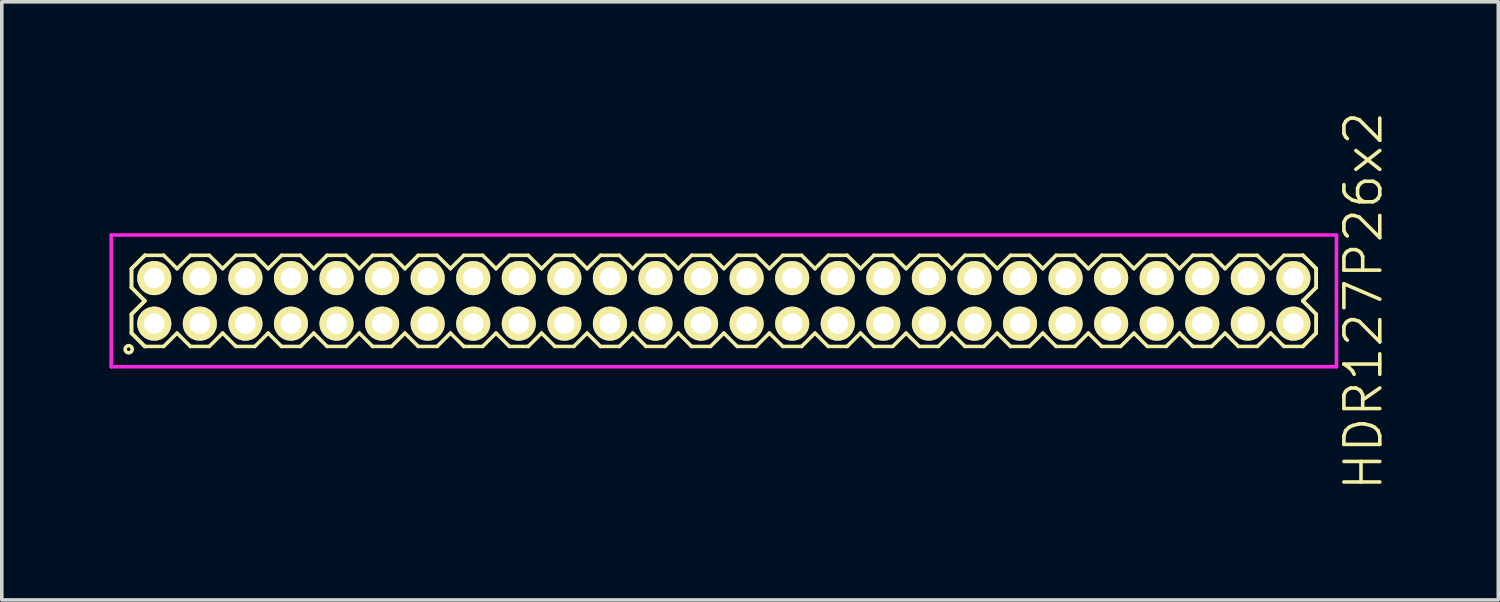
<source format=kicad_pcb>
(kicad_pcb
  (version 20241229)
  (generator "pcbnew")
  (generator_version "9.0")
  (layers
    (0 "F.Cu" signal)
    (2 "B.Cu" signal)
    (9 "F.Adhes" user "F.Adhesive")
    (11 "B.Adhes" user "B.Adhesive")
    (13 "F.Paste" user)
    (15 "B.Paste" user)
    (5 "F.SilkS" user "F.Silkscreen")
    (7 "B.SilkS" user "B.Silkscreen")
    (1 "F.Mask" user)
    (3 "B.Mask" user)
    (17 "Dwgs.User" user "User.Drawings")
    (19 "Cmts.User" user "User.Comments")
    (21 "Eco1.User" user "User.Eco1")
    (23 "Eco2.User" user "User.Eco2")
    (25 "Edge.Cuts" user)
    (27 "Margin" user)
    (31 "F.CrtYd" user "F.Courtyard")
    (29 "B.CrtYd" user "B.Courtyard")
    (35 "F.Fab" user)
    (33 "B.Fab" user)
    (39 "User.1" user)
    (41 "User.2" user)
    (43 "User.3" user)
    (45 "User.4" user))
  (footprint "HDR127P26x2"
    (layer "F.Cu")
    (at 17.125 5.336)
    (property "Reference" "HDR127P26x2" (at 17.825 0 90) (layer "F.SilkS") (effects (font (size 1 1) (thickness 0.1))))
    (attr through_hole)
    (fp_line (start -16.51 -0.898) (end -16.138 -1.27) (stroke (width 0.1) (type solid)) (layer "F.SilkS"))
    (fp_line (start -16.51 -0.898) (end -16.138 -1.27) (stroke (width 0.1) (type solid)) (layer "F.SilkS"))
    (fp_line (start -16.51 -0.372) (end -16.51 -0.898) (stroke (width 0.1) (type solid)) (layer "F.SilkS"))
    (fp_line (start -16.51 -0.372) (end -16.51 -0.898) (stroke (width 0.1) (type solid)) (layer "F.SilkS"))
    (fp_line (start -16.51 0.372) (end -16.138 0) (stroke (width 0.1) (type solid)) (layer "F.SilkS"))
    (fp_line (start -16.51 0.372) (end -16.138 0) (stroke (width 0.1) (type solid)) (layer "F.SilkS"))
    (fp_line (start -16.51 0.898) (end -16.51 0.372) (stroke (width 0.1) (type solid)) (layer "F.SilkS"))
    (fp_line (start -16.51 0.898) (end -16.51 0.372) (stroke (width 0.1) (type solid)) (layer "F.SilkS"))
    (fp_line (start -16.138 -1.27) (end -15.612 -1.27) (stroke (width 0.1) (type solid)) (layer "F.SilkS"))
    (fp_line (start -16.138 0) (end -16.51 -0.372) (stroke (width 0.1) (type solid)) (layer "F.SilkS"))
    (fp_line (start -16.138 0) (end -16.51 -0.372) (stroke (width 0.1) (type solid)) (layer "F.SilkS"))
    (fp_line (start -16.138 1.27) (end -16.51 0.898) (stroke (width 0.1) (type solid)) (layer "F.SilkS"))
    (fp_line (start -16.138 1.27) (end -16.51 0.898) (stroke (width 0.1) (type solid)) (layer "F.SilkS"))
    (fp_line (start -15.612 -1.27) (end -15.24 -0.898) (stroke (width 0.1) (type solid)) (layer "F.SilkS"))
    (fp_line (start -15.612 1.27) (end -16.138 1.27) (stroke (width 0.1) (type solid)) (layer "F.SilkS"))
    (fp_line (start -15.24 -0.898) (end -14.868 -1.27) (stroke (width 0.1) (type solid)) (layer "F.SilkS"))
    (fp_line (start -15.24 0.898) (end -15.612 1.27) (stroke (width 0.1) (type solid)) (layer "F.SilkS"))
    (fp_line (start -14.868 -1.27) (end -14.342 -1.27) (stroke (width 0.1) (type solid)) (layer "F.SilkS"))
    (fp_line (start -14.868 1.27) (end -15.24 0.898) (stroke (width 0.1) (type solid)) (layer "F.SilkS"))
    (fp_line (start -14.342 -1.27) (end -13.97 -0.898) (stroke (width 0.1) (type solid)) (layer "F.SilkS"))
    (fp_line (start -14.342 1.27) (end -14.868 1.27) (stroke (width 0.1) (type solid)) (layer "F.SilkS"))
    (fp_line (start -13.97 -0.898) (end -13.598 -1.27) (stroke (width 0.1) (type solid)) (layer "F.SilkS"))
    (fp_line (start -13.97 0.898) (end -14.342 1.27) (stroke (width 0.1) (type solid)) (layer "F.SilkS"))
    (fp_line (start -13.598 -1.27) (end -13.072 -1.27) (stroke (width 0.1) (type solid)) (layer "F.SilkS"))
    (fp_line (start -13.598 1.27) (end -13.97 0.898) (stroke (width 0.1) (type solid)) (layer "F.SilkS"))
    (fp_line (start -13.072 -1.27) (end -12.7 -0.898) (stroke (width 0.1) (type solid)) (layer "F.SilkS"))
    (fp_line (start -13.072 1.27) (end -13.598 1.27) (stroke (width 0.1) (type solid)) (layer "F.SilkS"))
    (fp_line (start -12.7 -0.898) (end -12.328 -1.27) (stroke (width 0.1) (type solid)) (layer "F.SilkS"))
    (fp_line (start -12.7 0.898) (end -13.072 1.27) (stroke (width 0.1) (type solid)) (layer "F.SilkS"))
    (fp_line (start -12.328 -1.27) (end -11.802 -1.27) (stroke (width 0.1) (type solid)) (layer "F.SilkS"))
    (fp_line (start -12.328 1.27) (end -12.7 0.898) (stroke (width 0.1) (type solid)) (layer "F.SilkS"))
    (fp_line (start -11.802 -1.27) (end -11.43 -0.898) (stroke (width 0.1) (type solid)) (layer "F.SilkS"))
    (fp_line (start -11.802 1.27) (end -12.328 1.27) (stroke (width 0.1) (type solid)) (layer "F.SilkS"))
    (fp_line (start -11.43 -0.898) (end -11.058 -1.27) (stroke (width 0.1) (type solid)) (layer "F.SilkS"))
    (fp_line (start -11.43 0.898) (end -11.802 1.27) (stroke (width 0.1) (type solid)) (layer "F.SilkS"))
    (fp_line (start -11.058 -1.27) (end -10.532 -1.27) (stroke (width 0.1) (type solid)) (layer "F.SilkS"))
    (fp_line (start -11.058 1.27) (end -11.43 0.898) (stroke (width 0.1) (type solid)) (layer "F.SilkS"))
    (fp_line (start -10.532 -1.27) (end -10.16 -0.898) (stroke (width 0.1) (type solid)) (layer "F.SilkS"))
    (fp_line (start -10.532 1.27) (end -11.058 1.27) (stroke (width 0.1) (type solid)) (layer "F.SilkS"))
    (fp_line (start -10.16 -0.898) (end -9.788 -1.27) (stroke (width 0.1) (type solid)) (layer "F.SilkS"))
    (fp_line (start -10.16 0.898) (end -10.532 1.27) (stroke (width 0.1) (type solid)) (layer "F.SilkS"))
    (fp_line (start -9.788 -1.27) (end -9.262 -1.27) (stroke (width 0.1) (type solid)) (layer "F.SilkS"))
    (fp_line (start -9.788 1.27) (end -10.16 0.898) (stroke (width 0.1) (type solid)) (layer "F.SilkS"))
    (fp_line (start -9.262 -1.27) (end -8.89 -0.898) (stroke (width 0.1) (type solid)) (layer "F.SilkS"))
    (fp_line (start -9.262 1.27) (end -9.788 1.27) (stroke (width 0.1) (type solid)) (layer "F.SilkS"))
    (fp_line (start -8.89 -0.898) (end -8.518 -1.27) (stroke (width 0.1) (type solid)) (layer "F.SilkS"))
    (fp_line (start -8.89 0.898) (end -9.262 1.27) (stroke (width 0.1) (type solid)) (layer "F.SilkS"))
    (fp_line (start -8.518 -1.27) (end -7.992 -1.27) (stroke (width 0.1) (type solid)) (layer "F.SilkS"))
    (fp_line (start -8.518 1.27) (end -8.89 0.898) (stroke (width 0.1) (type solid)) (layer "F.SilkS"))
    (fp_line (start -7.992 -1.27) (end -7.62 -0.898) (stroke (width 0.1) (type solid)) (layer "F.SilkS"))
    (fp_line (start -7.992 1.27) (end -8.518 1.27) (stroke (width 0.1) (type solid)) (layer "F.SilkS"))
    (fp_line (start -7.62 -0.898) (end -7.248 -1.27) (stroke (width 0.1) (type solid)) (layer "F.SilkS"))
    (fp_line (start -7.62 0.898) (end -7.992 1.27) (stroke (width 0.1) (type solid)) (layer "F.SilkS"))
    (fp_line (start -7.248 -1.27) (end -6.722 -1.27) (stroke (width 0.1) (type solid)) (layer "F.SilkS"))
    (fp_line (start -7.248 1.27) (end -7.62 0.898) (stroke (width 0.1) (type solid)) (layer "F.SilkS"))
    (fp_line (start -6.722 -1.27) (end -6.35 -0.898) (stroke (width 0.1) (type solid)) (layer "F.SilkS"))
    (fp_line (start -6.722 1.27) (end -7.248 1.27) (stroke (width 0.1) (type solid)) (layer "F.SilkS"))
    (fp_line (start -6.35 -0.898) (end -5.978 -1.27) (stroke (width 0.1) (type solid)) (layer "F.SilkS"))
    (fp_line (start -6.35 0.898) (end -6.722 1.27) (stroke (width 0.1) (type solid)) (layer "F.SilkS"))
    (fp_line (start -5.978 -1.27) (end -5.452 -1.27) (stroke (width 0.1) (type solid)) (layer "F.SilkS"))
    (fp_line (start -5.978 1.27) (end -6.35 0.898) (stroke (width 0.1) (type solid)) (layer "F.SilkS"))
    (fp_line (start -5.452 -1.27) (end -5.08 -0.898) (stroke (width 0.1) (type solid)) (layer "F.SilkS"))
    (fp_line (start -5.452 1.27) (end -5.978 1.27) (stroke (width 0.1) (type solid)) (layer "F.SilkS"))
    (fp_line (start -5.08 -0.898) (end -4.708 -1.27) (stroke (width 0.1) (type solid)) (layer "F.SilkS"))
    (fp_line (start -5.08 0.898) (end -5.452 1.27) (stroke (width 0.1) (type solid)) (layer "F.SilkS"))
    (fp_line (start -4.708 -1.27) (end -4.182 -1.27) (stroke (width 0.1) (type solid)) (layer "F.SilkS"))
    (fp_line (start -4.708 1.27) (end -5.08 0.898) (stroke (width 0.1) (type solid)) (layer "F.SilkS"))
    (fp_line (start -4.182 -1.27) (end -3.81 -0.898) (stroke (width 0.1) (type solid)) (layer "F.SilkS"))
    (fp_line (start -4.182 1.27) (end -4.708 1.27) (stroke (width 0.1) (type solid)) (layer "F.SilkS"))
    (fp_line (start -3.81 -0.898) (end -3.438 -1.27) (stroke (width 0.1) (type solid)) (layer "F.SilkS"))
    (fp_line (start -3.81 0.898) (end -4.182 1.27) (stroke (width 0.1) (type solid)) (layer "F.SilkS"))
    (fp_line (start -3.438 -1.27) (end -2.912 -1.27) (stroke (width 0.1) (type solid)) (layer "F.SilkS"))
    (fp_line (start -3.438 1.27) (end -3.81 0.898) (stroke (width 0.1) (type solid)) (layer "F.SilkS"))
    (fp_line (start -2.912 -1.27) (end -2.54 -0.898) (stroke (width 0.1) (type solid)) (layer "F.SilkS"))
    (fp_line (start -2.912 1.27) (end -3.438 1.27) (stroke (width 0.1) (type solid)) (layer "F.SilkS"))
    (fp_line (start -2.54 -0.898) (end -2.168 -1.27) (stroke (width 0.1) (type solid)) (layer "F.SilkS"))
    (fp_line (start -2.54 0.898) (end -2.912 1.27) (stroke (width 0.1) (type solid)) (layer "F.SilkS"))
    (fp_line (start -2.168 -1.27) (end -1.642 -1.27) (stroke (width 0.1) (type solid)) (layer "F.SilkS"))
    (fp_line (start -2.168 1.27) (end -2.54 0.898) (stroke (width 0.1) (type solid)) (layer "F.SilkS"))
    (fp_line (start -1.642 -1.27) (end -1.27 -0.898) (stroke (width 0.1) (type solid)) (layer "F.SilkS"))
    (fp_line (start -1.642 1.27) (end -2.168 1.27) (stroke (width 0.1) (type solid)) (layer "F.SilkS"))
    (fp_line (start -1.27 -0.898) (end -0.898 -1.27) (stroke (width 0.1) (type solid)) (layer "F.SilkS"))
    (fp_line (start -1.27 0.898) (end -1.642 1.27) (stroke (width 0.1) (type solid)) (layer "F.SilkS"))
    (fp_line (start -0.898 -1.27) (end -0.372 -1.27) (stroke (width 0.1) (type solid)) (layer "F.SilkS"))
    (fp_line (start -0.898 1.27) (end -1.27 0.898) (stroke (width 0.1) (type solid)) (layer "F.SilkS"))
    (fp_line (start -0.372 -1.27) (end 0 -0.898) (stroke (width 0.1) (type solid)) (layer "F.SilkS"))
    (fp_line (start -0.372 1.27) (end -0.898 1.27) (stroke (width 0.1) (type solid)) (layer "F.SilkS"))
    (fp_line (start 0 -0.898) (end 0.372 -1.27) (stroke (width 0.1) (type solid)) (layer "F.SilkS"))
    (fp_line (start 0 0.898) (end -0.372 1.27) (stroke (width 0.1) (type solid)) (layer "F.SilkS"))
    (fp_line (start 0.372 -1.27) (end 0.898 -1.27) (stroke (width 0.1) (type solid)) (layer "F.SilkS"))
    (fp_line (start 0.372 1.27) (end 0 0.898) (stroke (width 0.1) (type solid)) (layer "F.SilkS"))
    (fp_line (start 0.898 -1.27) (end 1.27 -0.898) (stroke (width 0.1) (type solid)) (layer "F.SilkS"))
    (fp_line (start 0.898 1.27) (end 0.372 1.27) (stroke (width 0.1) (type solid)) (layer "F.SilkS"))
    (fp_line (start 1.27 -0.898) (end 1.642 -1.27) (stroke (width 0.1) (type solid)) (layer "F.SilkS"))
    (fp_line (start 1.27 0.898) (end 0.898 1.27) (stroke (width 0.1) (type solid)) (layer "F.SilkS"))
    (fp_line (start 1.642 -1.27) (end 2.168 -1.27) (stroke (width 0.1) (type solid)) (layer "F.SilkS"))
    (fp_line (start 1.642 1.27) (end 1.27 0.898) (stroke (width 0.1) (type solid)) (layer "F.SilkS"))
    (fp_line (start 2.168 -1.27) (end 2.54 -0.898) (stroke (width 0.1) (type solid)) (layer "F.SilkS"))
    (fp_line (start 2.168 1.27) (end 1.642 1.27) (stroke (width 0.1) (type solid)) (layer "F.SilkS"))
    (fp_line (start 2.54 -0.898) (end 2.912 -1.27) (stroke (width 0.1) (type solid)) (layer "F.SilkS"))
    (fp_line (start 2.54 0.898) (end 2.168 1.27) (stroke (width 0.1) (type solid)) (layer "F.SilkS"))
    (fp_line (start 2.912 -1.27) (end 3.438 -1.27) (stroke (width 0.1) (type solid)) (layer "F.SilkS"))
    (fp_line (start 2.912 1.27) (end 2.54 0.898) (stroke (width 0.1) (type solid)) (layer "F.SilkS"))
    (fp_line (start 3.438 -1.27) (end 3.81 -0.898) (stroke (width 0.1) (type solid)) (layer "F.SilkS"))
    (fp_line (start 3.438 1.27) (end 2.912 1.27) (stroke (width 0.1) (type solid)) (layer "F.SilkS"))
    (fp_line (start 3.81 -0.898) (end 4.182 -1.27) (stroke (width 0.1) (type solid)) (layer "F.SilkS"))
    (fp_line (start 3.81 0.898) (end 3.438 1.27) (stroke (width 0.1) (type solid)) (layer "F.SilkS"))
    (fp_line (start 4.182 -1.27) (end 4.708 -1.27) (stroke (width 0.1) (type solid)) (layer "F.SilkS"))
    (fp_line (start 4.182 1.27) (end 3.81 0.898) (stroke (width 0.1) (type solid)) (layer "F.SilkS"))
    (fp_line (start 4.708 -1.27) (end 5.08 -0.898) (stroke (width 0.1) (type solid)) (layer "F.SilkS"))
    (fp_line (start 4.708 1.27) (end 4.182 1.27) (stroke (width 0.1) (type solid)) (layer "F.SilkS"))
    (fp_line (start 5.08 -0.898) (end 5.452 -1.27) (stroke (width 0.1) (type solid)) (layer "F.SilkS"))
    (fp_line (start 5.08 0.898) (end 4.708 1.27) (stroke (width 0.1) (type solid)) (layer "F.SilkS"))
    (fp_line (start 5.452 -1.27) (end 5.978 -1.27) (stroke (width 0.1) (type solid)) (layer "F.SilkS"))
    (fp_line (start 5.452 1.27) (end 5.08 0.898) (stroke (width 0.1) (type solid)) (layer "F.SilkS"))
    (fp_line (start 5.978 -1.27) (end 6.35 -0.898) (stroke (width 0.1) (type solid)) (layer "F.SilkS"))
    (fp_line (start 5.978 1.27) (end 5.452 1.27) (stroke (width 0.1) (type solid)) (layer "F.SilkS"))
    (fp_line (start 6.35 -0.898) (end 6.722 -1.27) (stroke (width 0.1) (type solid)) (layer "F.SilkS"))
    (fp_line (start 6.35 0.898) (end 5.978 1.27) (stroke (width 0.1) (type solid)) (layer "F.SilkS"))
    (fp_line (start 6.722 -1.27) (end 7.248 -1.27) (stroke (width 0.1) (type solid)) (layer "F.SilkS"))
    (fp_line (start 6.722 1.27) (end 6.35 0.898) (stroke (width 0.1) (type solid)) (layer "F.SilkS"))
    (fp_line (start 7.248 -1.27) (end 7.62 -0.898) (stroke (width 0.1) (type solid)) (layer "F.SilkS"))
    (fp_line (start 7.248 1.27) (end 6.722 1.27) (stroke (width 0.1) (type solid)) (layer "F.SilkS"))
    (fp_line (start 7.62 -0.898) (end 7.992 -1.27) (stroke (width 0.1) (type solid)) (layer "F.SilkS"))
    (fp_line (start 7.62 0.898) (end 7.248 1.27) (stroke (width 0.1) (type solid)) (layer "F.SilkS"))
    (fp_line (start 7.992 -1.27) (end 8.518 -1.27) (stroke (width 0.1) (type solid)) (layer "F.SilkS"))
    (fp_line (start 7.992 1.27) (end 7.62 0.898) (stroke (width 0.1) (type solid)) (layer "F.SilkS"))
    (fp_line (start 8.518 -1.27) (end 8.89 -0.898) (stroke (width 0.1) (type solid)) (layer "F.SilkS"))
    (fp_line (start 8.518 1.27) (end 7.992 1.27) (stroke (width 0.1) (type solid)) (layer "F.SilkS"))
    (fp_line (start 8.89 -0.898) (end 9.262 -1.27) (stroke (width 0.1) (type solid)) (layer "F.SilkS"))
    (fp_line (start 8.89 0.898) (end 8.518 1.27) (stroke (width 0.1) (type solid)) (layer "F.SilkS"))
    (fp_line (start 9.262 -1.27) (end 9.788 -1.27) (stroke (width 0.1) (type solid)) (layer "F.SilkS"))
    (fp_line (start 9.262 1.27) (end 8.89 0.898) (stroke (width 0.1) (type solid)) (layer "F.SilkS"))
    (fp_line (start 9.788 -1.27) (end 10.16 -0.898) (stroke (width 0.1) (type solid)) (layer "F.SilkS"))
    (fp_line (start 9.788 1.27) (end 9.262 1.27) (stroke (width 0.1) (type solid)) (layer "F.SilkS"))
    (fp_line (start 10.16 -0.898) (end 10.532 -1.27) (stroke (width 0.1) (type solid)) (layer "F.SilkS"))
    (fp_line (start 10.16 0.898) (end 9.788 1.27) (stroke (width 0.1) (type solid)) (layer "F.SilkS"))
    (fp_line (start 10.532 -1.27) (end 11.058 -1.27) (stroke (width 0.1) (type solid)) (layer "F.SilkS"))
    (fp_line (start 10.532 1.27) (end 10.16 0.898) (stroke (width 0.1) (type solid)) (layer "F.SilkS"))
    (fp_line (start 11.058 -1.27) (end 11.43 -0.898) (stroke (width 0.1) (type solid)) (layer "F.SilkS"))
    (fp_line (start 11.058 1.27) (end 10.532 1.27) (stroke (width 0.1) (type solid)) (layer "F.SilkS"))
    (fp_line (start 11.43 -0.898) (end 11.802 -1.27) (stroke (width 0.1) (type solid)) (layer "F.SilkS"))
    (fp_line (start 11.43 0.898) (end 11.058 1.27) (stroke (width 0.1) (type solid)) (layer "F.SilkS"))
    (fp_line (start 11.802 -1.27) (end 12.328 -1.27) (stroke (width 0.1) (type solid)) (layer "F.SilkS"))
    (fp_line (start 11.802 1.27) (end 11.43 0.898) (stroke (width 0.1) (type solid)) (layer "F.SilkS"))
    (fp_line (start 12.328 -1.27) (end 12.7 -0.898) (stroke (width 0.1) (type solid)) (layer "F.SilkS"))
    (fp_line (start 12.328 1.27) (end 11.802 1.27) (stroke (width 0.1) (type solid)) (layer "F.SilkS"))
    (fp_line (start 12.7 -0.898) (end 13.072 -1.27) (stroke (width 0.1) (type solid)) (layer "F.SilkS"))
    (fp_line (start 12.7 0.898) (end 12.328 1.27) (stroke (width 0.1) (type solid)) (layer "F.SilkS"))
    (fp_line (start 13.072 -1.27) (end 13.598 -1.27) (stroke (width 0.1) (type solid)) (layer "F.SilkS"))
    (fp_line (start 13.072 1.27) (end 12.7 0.898) (stroke (width 0.1) (type solid)) (layer "F.SilkS"))
    (fp_line (start 13.598 -1.27) (end 13.97 -0.898) (stroke (width 0.1) (type solid)) (layer "F.SilkS"))
    (fp_line (start 13.598 1.27) (end 13.072 1.27) (stroke (width 0.1) (type solid)) (layer "F.SilkS"))
    (fp_line (start 13.97 -0.898) (end 14.342 -1.27) (stroke (width 0.1) (type solid)) (layer "F.SilkS"))
    (fp_line (start 13.97 0.898) (end 13.598 1.27) (stroke (width 0.1) (type solid)) (layer "F.SilkS"))
    (fp_line (start 14.342 -1.27) (end 14.868 -1.27) (stroke (width 0.1) (type solid)) (layer "F.SilkS"))
    (fp_line (start 14.342 1.27) (end 13.97 0.898) (stroke (width 0.1) (type solid)) (layer "F.SilkS"))
    (fp_line (start 14.868 -1.27) (end 15.24 -0.898) (stroke (width 0.1) (type solid)) (layer "F.SilkS"))
    (fp_line (start 14.868 1.27) (end 14.342 1.27) (stroke (width 0.1) (type solid)) (layer "F.SilkS"))
    (fp_line (start 15.24 -0.898) (end 15.612 -1.27) (stroke (width 0.1) (type solid)) (layer "F.SilkS"))
    (fp_line (start 15.24 0.898) (end 14.868 1.27) (stroke (width 0.1) (type solid)) (layer "F.SilkS"))
    (fp_line (start 15.612 -1.27) (end 16.138 -1.27) (stroke (width 0.1) (type solid)) (layer "F.SilkS"))
    (fp_line (start 15.612 1.27) (end 15.24 0.898) (stroke (width 0.1) (type solid)) (layer "F.SilkS"))
    (fp_line (start 16.138 -1.27) (end 16.51 -0.898) (stroke (width 0.1) (type solid)) (layer "F.SilkS"))
    (fp_line (start 16.138 -1.27) (end 16.51 -0.898) (stroke (width 0.1) (type solid)) (layer "F.SilkS"))
    (fp_line (start 16.138 0) (end 16.51 0.372) (stroke (width 0.1) (type solid)) (layer "F.SilkS"))
    (fp_line (start 16.138 0) (end 16.51 0.372) (stroke (width 0.1) (type solid)) (layer "F.SilkS"))
    (fp_line (start 16.138 1.27) (end 15.612 1.27) (stroke (width 0.1) (type solid)) (layer "F.SilkS"))
    (fp_line (start 16.51 -0.898) (end 16.51 -0.372) (stroke (width 0.1) (type solid)) (layer "F.SilkS"))
    (fp_line (start 16.51 -0.898) (end 16.51 -0.372) (stroke (width 0.1) (type solid)) (layer "F.SilkS"))
    (fp_line (start 16.51 -0.372) (end 16.138 0) (stroke (width 0.1) (type solid)) (layer "F.SilkS"))
    (fp_line (start 16.51 -0.372) (end 16.138 0) (stroke (width 0.1) (type solid)) (layer "F.SilkS"))
    (fp_line (start 16.51 0.372) (end 16.51 0.898) (stroke (width 0.1) (type solid)) (layer "F.SilkS"))
    (fp_line (start 16.51 0.372) (end 16.51 0.898) (stroke (width 0.1) (type solid)) (layer "F.SilkS"))
    (fp_line (start 16.51 0.898) (end 16.138 1.27) (stroke (width 0.1) (type solid)) (layer "F.SilkS"))
    (fp_line (start 16.51 0.898) (end 16.138 1.27) (stroke (width 0.1) (type solid)) (layer "F.SilkS"))
    (fp_circle (center -16.588 1.348) (end -16.488 1.348) (stroke (width 0.1) (type solid)) (fill no) (layer "F.SilkS"))
    (fp_line (start -17.075 -1.835) (end -17.075 1.835) (stroke (width 0.1) (type solid)) (layer "F.CrtYd"))
    (fp_line (start -17.075 1.835) (end 17.075 1.835) (stroke (width 0.1) (type solid)) (layer "F.CrtYd"))
    (fp_line (start 17.075 -1.835) (end -17.075 -1.835) (stroke (width 0.1) (type solid)) (layer "F.CrtYd"))
    (fp_line (start 17.075 1.835) (end 17.075 -1.835) (stroke (width 0.1) (type solid)) (layer "F.CrtYd"))
    (pad "1" thru_hole oval (at -15.875 0.635) (size 0.95 0.95) (drill 0.57) (layers "*.Cu" "*.Mask" "F.SilkS"))
    (pad "2" thru_hole oval (at -15.875 -0.635) (size 0.95 0.95) (drill 0.57) (layers "*.Cu" "*.Mask" "F.SilkS"))
    (pad "3" thru_hole oval (at -14.605 0.635) (size 0.95 0.95) (drill 0.57) (layers "*.Cu" "*.Mask" "F.SilkS"))
    (pad "4" thru_hole oval (at -14.605 -0.635) (size 0.95 0.95) (drill 0.57) (layers "*.Cu" "*.Mask" "F.SilkS"))
    (pad "5" thru_hole oval (at -13.335 0.635) (size 0.95 0.95) (drill 0.57) (layers "*.Cu" "*.Mask" "F.SilkS"))
    (pad "6" thru_hole oval (at -13.335 -0.635) (size 0.95 0.95) (drill 0.57) (layers "*.Cu" "*.Mask" "F.SilkS"))
    (pad "7" thru_hole oval (at -12.065 0.635) (size 0.95 0.95) (drill 0.57) (layers "*.Cu" "*.Mask" "F.SilkS"))
    (pad "8" thru_hole oval (at -12.065 -0.635) (size 0.95 0.95) (drill 0.57) (layers "*.Cu" "*.Mask" "F.SilkS"))
    (pad "9" thru_hole oval (at -10.795 0.635) (size 0.95 0.95) (drill 0.57) (layers "*.Cu" "*.Mask" "F.SilkS"))
    (pad "10" thru_hole oval (at -10.795 -0.635) (size 0.95 0.95) (drill 0.57) (layers "*.Cu" "*.Mask" "F.SilkS"))
    (pad "11" thru_hole oval (at -9.525 0.635) (size 0.95 0.95) (drill 0.57) (layers "*.Cu" "*.Mask" "F.SilkS"))
    (pad "12" thru_hole oval (at -9.525 -0.635) (size 0.95 0.95) (drill 0.57) (layers "*.Cu" "*.Mask" "F.SilkS"))
    (pad "13" thru_hole oval (at -8.255 0.635) (size 0.95 0.95) (drill 0.57) (layers "*.Cu" "*.Mask" "F.SilkS"))
    (pad "14" thru_hole oval (at -8.255 -0.635) (size 0.95 0.95) (drill 0.57) (layers "*.Cu" "*.Mask" "F.SilkS"))
    (pad "15" thru_hole oval (at -6.985 0.635) (size 0.95 0.95) (drill 0.57) (layers "*.Cu" "*.Mask" "F.SilkS"))
    (pad "16" thru_hole oval (at -6.985 -0.635) (size 0.95 0.95) (drill 0.57) (layers "*.Cu" "*.Mask" "F.SilkS"))
    (pad "17" thru_hole oval (at -5.715 0.635) (size 0.95 0.95) (drill 0.57) (layers "*.Cu" "*.Mask" "F.SilkS"))
    (pad "18" thru_hole oval (at -5.715 -0.635) (size 0.95 0.95) (drill 0.57) (layers "*.Cu" "*.Mask" "F.SilkS"))
    (pad "19" thru_hole oval (at -4.445 0.635) (size 0.95 0.95) (drill 0.57) (layers "*.Cu" "*.Mask" "F.SilkS"))
    (pad "20" thru_hole oval (at -4.445 -0.635) (size 0.95 0.95) (drill 0.57) (layers "*.Cu" "*.Mask" "F.SilkS"))
    (pad "21" thru_hole oval (at -3.175 0.635) (size 0.95 0.95) (drill 0.57) (layers "*.Cu" "*.Mask" "F.SilkS"))
    (pad "22" thru_hole oval (at -3.175 -0.635) (size 0.95 0.95) (drill 0.57) (layers "*.Cu" "*.Mask" "F.SilkS"))
    (pad "23" thru_hole oval (at -1.905 0.635) (size 0.95 0.95) (drill 0.57) (layers "*.Cu" "*.Mask" "F.SilkS"))
    (pad "24" thru_hole oval (at -1.905 -0.635) (size 0.95 0.95) (drill 0.57) (layers "*.Cu" "*.Mask" "F.SilkS"))
    (pad "25" thru_hole oval (at -0.635 0.635) (size 0.95 0.95) (drill 0.57) (layers "*.Cu" "*.Mask" "F.SilkS"))
    (pad "26" thru_hole oval (at -0.635 -0.635) (size 0.95 0.95) (drill 0.57) (layers "*.Cu" "*.Mask" "F.SilkS"))
    (pad "27" thru_hole oval (at 0.635 0.635) (size 0.95 0.95) (drill 0.57) (layers "*.Cu" "*.Mask" "F.SilkS"))
    (pad "28" thru_hole oval (at 0.635 -0.635) (size 0.95 0.95) (drill 0.57) (layers "*.Cu" "*.Mask" "F.SilkS"))
    (pad "29" thru_hole oval (at 1.905 0.635) (size 0.95 0.95) (drill 0.57) (layers "*.Cu" "*.Mask" "F.SilkS"))
    (pad "30" thru_hole oval (at 1.905 -0.635) (size 0.95 0.95) (drill 0.57) (layers "*.Cu" "*.Mask" "F.SilkS"))
    (pad "31" thru_hole oval (at 3.175 0.635) (size 0.95 0.95) (drill 0.57) (layers "*.Cu" "*.Mask" "F.SilkS"))
    (pad "32" thru_hole oval (at 3.175 -0.635) (size 0.95 0.95) (drill 0.57) (layers "*.Cu" "*.Mask" "F.SilkS"))
    (pad "33" thru_hole oval (at 4.445 0.635) (size 0.95 0.95) (drill 0.57) (layers "*.Cu" "*.Mask" "F.SilkS"))
    (pad "34" thru_hole oval (at 4.445 -0.635) (size 0.95 0.95) (drill 0.57) (layers "*.Cu" "*.Mask" "F.SilkS"))
    (pad "35" thru_hole oval (at 5.715 0.635) (size 0.95 0.95) (drill 0.57) (layers "*.Cu" "*.Mask" "F.SilkS"))
    (pad "36" thru_hole oval (at 5.715 -0.635) (size 0.95 0.95) (drill 0.57) (layers "*.Cu" "*.Mask" "F.SilkS"))
    (pad "37" thru_hole oval (at 6.985 0.635) (size 0.95 0.95) (drill 0.57) (layers "*.Cu" "*.Mask" "F.SilkS"))
    (pad "38" thru_hole oval (at 6.985 -0.635) (size 0.95 0.95) (drill 0.57) (layers "*.Cu" "*.Mask" "F.SilkS"))
    (pad "39" thru_hole oval (at 8.255 0.635) (size 0.95 0.95) (drill 0.57) (layers "*.Cu" "*.Mask" "F.SilkS"))
    (pad "40" thru_hole oval (at 8.255 -0.635) (size 0.95 0.95) (drill 0.57) (layers "*.Cu" "*.Mask" "F.SilkS"))
    (pad "41" thru_hole oval (at 9.525 0.635) (size 0.95 0.95) (drill 0.57) (layers "*.Cu" "*.Mask" "F.SilkS"))
    (pad "42" thru_hole oval (at 9.525 -0.635) (size 0.95 0.95) (drill 0.57) (layers "*.Cu" "*.Mask" "F.SilkS"))
    (pad "43" thru_hole oval (at 10.795 0.635) (size 0.95 0.95) (drill 0.57) (layers "*.Cu" "*.Mask" "F.SilkS"))
    (pad "44" thru_hole oval (at 10.795 -0.635) (size 0.95 0.95) (drill 0.57) (layers "*.Cu" "*.Mask" "F.SilkS"))
    (pad "45" thru_hole oval (at 12.065 0.635) (size 0.95 0.95) (drill 0.57) (layers "*.Cu" "*.Mask" "F.SilkS"))
    (pad "46" thru_hole oval (at 12.065 -0.635) (size 0.95 0.95) (drill 0.57) (layers "*.Cu" "*.Mask" "F.SilkS"))
    (pad "47" thru_hole oval (at 13.335 0.635) (size 0.95 0.95) (drill 0.57) (layers "*.Cu" "*.Mask" "F.SilkS"))
    (pad "48" thru_hole oval (at 13.335 -0.635) (size 0.95 0.95) (drill 0.57) (layers "*.Cu" "*.Mask" "F.SilkS"))
    (pad "49" thru_hole oval (at 14.605 0.635) (size 0.95 0.95) (drill 0.57) (layers "*.Cu" "*.Mask" "F.SilkS"))
    (pad "50" thru_hole oval (at 14.605 -0.635) (size 0.95 0.95) (drill 0.57) (layers "*.Cu" "*.Mask" "F.SilkS"))
    (pad "51" thru_hole oval (at 15.875 0.635) (size 0.95 0.95) (drill 0.57) (layers "*.Cu" "*.Mask" "F.SilkS"))
    (pad "52" thru_hole oval (at 15.875 -0.635) (size 0.95 0.95) (drill 0.57) (layers "*.Cu" "*.Mask" "F.SilkS")))
  (gr_rect
    (start -3 -3)
    (end 38.711 13.671)
    (stroke (width 0.1) (type default))
    (fill no)
    (layer "Edge.Cuts")))
</source>
